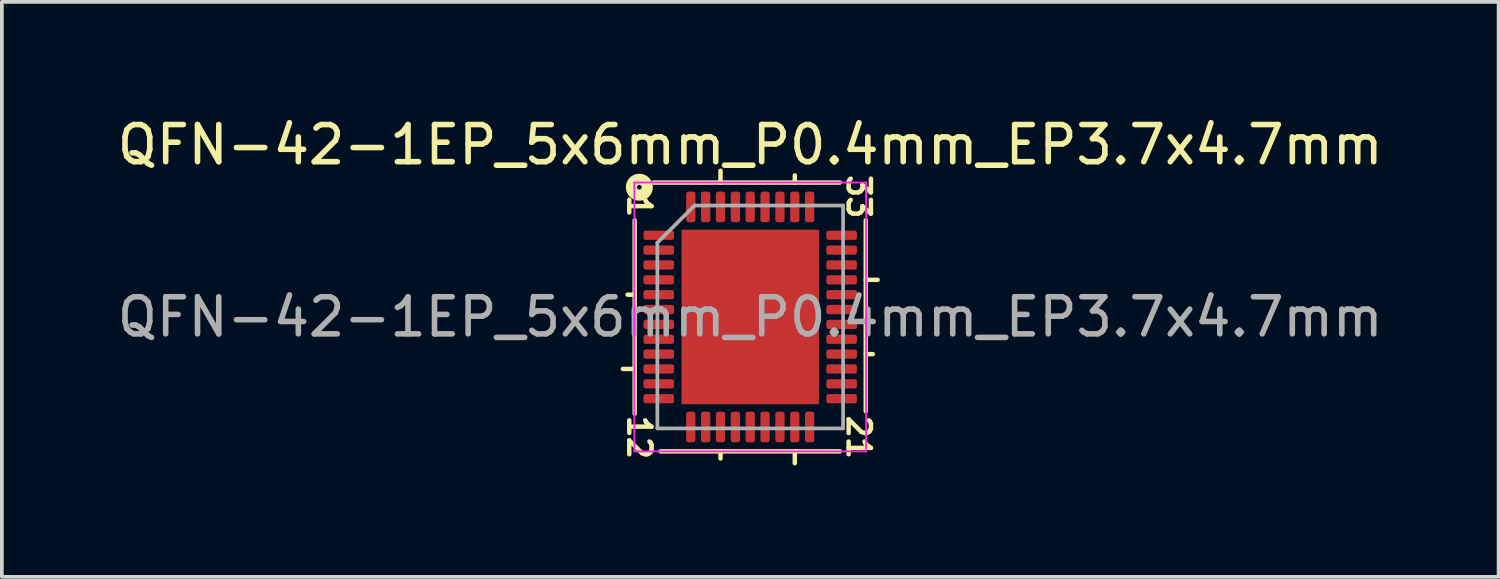
<source format=kicad_pcb>
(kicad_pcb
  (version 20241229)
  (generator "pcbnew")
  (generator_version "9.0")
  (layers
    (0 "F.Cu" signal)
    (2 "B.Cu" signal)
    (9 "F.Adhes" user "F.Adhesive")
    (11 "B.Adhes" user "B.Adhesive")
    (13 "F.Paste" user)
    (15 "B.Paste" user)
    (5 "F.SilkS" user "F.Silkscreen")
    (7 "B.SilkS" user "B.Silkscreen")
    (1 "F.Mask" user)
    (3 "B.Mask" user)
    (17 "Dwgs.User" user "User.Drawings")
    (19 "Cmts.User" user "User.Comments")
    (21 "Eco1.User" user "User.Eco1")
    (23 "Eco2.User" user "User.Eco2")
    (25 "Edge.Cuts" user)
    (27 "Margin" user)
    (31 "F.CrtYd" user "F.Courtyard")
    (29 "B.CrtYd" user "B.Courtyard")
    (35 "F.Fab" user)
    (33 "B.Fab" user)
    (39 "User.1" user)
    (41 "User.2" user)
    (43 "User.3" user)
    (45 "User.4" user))
  (footprint "QFN-42-1EP_5x6mm_P0.4mm_EP3.7x4.7mm"
    (layer "F.Cu")
    (at 17.149 5.484)
    (property "Reference" "QFN-42-1EP_5x6mm_P0.4mm_EP3.7x4.7mm" (at 0 -4.636 0) (layer "F.SilkS") (effects (font (size 1 1) (thickness 0.15))))
    (attr smd)
    (fp_line (start -3.111 -2.603) (end -3.111 2.603) (stroke (width 0.12) (type solid)) (layer "F.SilkS"))
    (fp_line (start -3.111 -0.6) (end -3.302 -0.6) (stroke (width 0.12) (type solid)) (layer "F.SilkS"))
    (fp_line (start -3.111 1.4) (end -3.429 1.4) (stroke (width 0.12) (type solid)) (layer "F.SilkS"))
    (fp_line (start -2.413 3.619) (end 2.413 3.619) (stroke (width 0.12) (type solid)) (layer "F.SilkS"))
    (fp_line (start -0.8 -3.937) (end -0.8 -3.619) (stroke (width 0.12) (type solid)) (layer "F.SilkS"))
    (fp_line (start -0.8 3.619) (end -0.8 3.81) (stroke (width 0.12) (type solid)) (layer "F.SilkS"))
    (fp_line (start 1.2 -3.81) (end 1.2 -3.619) (stroke (width 0.12) (type solid)) (layer "F.SilkS"))
    (fp_line (start 1.2 3.619) (end 1.2 3.937) (stroke (width 0.12) (type solid)) (layer "F.SilkS"))
    (fp_line (start 2.413 -3.619) (end -2.603 -3.619) (stroke (width 0.12) (type solid)) (layer "F.SilkS"))
    (fp_line (start 3.111 -1) (end 3.429 -1) (stroke (width 0.12) (type solid)) (layer "F.SilkS"))
    (fp_line (start 3.111 1) (end 3.302 1) (stroke (width 0.12) (type solid)) (layer "F.SilkS"))
    (fp_line (start 3.111 2.54) (end 3.111 -2.603) (stroke (width 0.12) (type solid)) (layer "F.SilkS"))
    (fp_circle (center -2.985 -3.493) (end -2.921 -3.493) (stroke (width 0.3) (type solid)) (fill no) (layer "F.SilkS"))
    (fp_line (start -3.12 -3.62) (end -3.12 3.62) (stroke (width 0.05) (type solid)) (layer "F.CrtYd"))
    (fp_line (start -3.12 3.62) (end 3.12 3.62) (stroke (width 0.05) (type solid)) (layer "F.CrtYd"))
    (fp_line (start 3.12 -3.62) (end -3.12 -3.62) (stroke (width 0.05) (type solid)) (layer "F.CrtYd"))
    (fp_line (start 3.12 3.62) (end 3.12 -3.62) (stroke (width 0.05) (type solid)) (layer "F.CrtYd"))
    (fp_line (start -2.5 -2) (end -1.5 -3) (stroke (width 0.1) (type solid)) (layer "F.Fab"))
    (fp_line (start -2.5 3) (end -2.5 -2) (stroke (width 0.1) (type solid)) (layer "F.Fab"))
    (fp_line (start -1.5 -3) (end 2.5 -3) (stroke (width 0.1) (type solid)) (layer "F.Fab"))
    (fp_line (start 2.5 -3) (end 2.5 3) (stroke (width 0.1) (type solid)) (layer "F.Fab"))
    (fp_line (start 2.5 3) (end -2.5 3) (stroke (width 0.1) (type solid)) (layer "F.Fab"))
    (fp_text user "12" (at -2.985 3.239 270) (unlocked yes) (layer "F.SilkS") (effects (font (size 0.6 0.6) (thickness 0.12))))
    (fp_text user "1" (at -2.985 -2.985 270) (unlocked yes) (layer "F.SilkS") (effects (font (size 0.6 0.6) (thickness 0.12))))
    (fp_text user "21" (at 2.921 3.239 270) (unlocked yes) (layer "F.SilkS") (effects (font (size 0.6 0.6) (thickness 0.12))))
    (fp_text user "33" (at 2.921 -3.239 270) (unlocked yes) (layer "F.SilkS") (effects (font (size 0.6 0.6) (thickness 0.12))))
    (fp_text user "${REFERENCE}" (at 0 0 0) (layer "F.Fab") (effects (font (size 1 1) (thickness 0.15))))
    (pad "" smd roundrect (at -1.23 -1.77) (size 0.99 0.95) (layers "F.Paste") (roundrect_rratio 0.25))
    (pad "" smd roundrect (at -1.23 -0.59) (size 0.99 0.95) (layers "F.Paste") (roundrect_rratio 0.25))
    (pad "" smd roundrect (at -1.23 0.59) (size 0.99 0.95) (layers "F.Paste") (roundrect_rratio 0.25))
    (pad "" smd roundrect (at -1.23 1.77) (size 0.99 0.95) (layers "F.Paste") (roundrect_rratio 0.25))
    (pad "" smd roundrect (at 0 -1.77) (size 0.99 0.95) (layers "F.Paste") (roundrect_rratio 0.25))
    (pad "" smd roundrect (at 0 -0.59) (size 0.99 0.95) (layers "F.Paste") (roundrect_rratio 0.25))
    (pad "" smd roundrect (at 0 0.59) (size 0.99 0.95) (layers "F.Paste") (roundrect_rratio 0.25))
    (pad "" smd roundrect (at 0 1.77) (size 0.99 0.95) (layers "F.Paste") (roundrect_rratio 0.25))
    (pad "" smd roundrect (at 1.23 -1.77) (size 0.99 0.95) (layers "F.Paste") (roundrect_rratio 0.25))
    (pad "" smd roundrect (at 1.23 -0.59) (size 0.99 0.95) (layers "F.Paste") (roundrect_rratio 0.25))
    (pad "" smd roundrect (at 1.23 0.59) (size 0.99 0.95) (layers "F.Paste") (roundrect_rratio 0.25))
    (pad "" smd roundrect (at 1.23 1.77) (size 0.99 0.95) (layers "F.Paste") (roundrect_rratio 0.25))
    (pad "1" smd roundrect (at -2.462 -2.2) (size 0.825 0.25) (layers "F.Cu" "F.Mask" "F.Paste") (roundrect_rratio 0.25))
    (pad "2" smd roundrect (at -2.462 -1.8) (size 0.825 0.25) (layers "F.Cu" "F.Mask" "F.Paste") (roundrect_rratio 0.25))
    (pad "3" smd roundrect (at -2.462 -1.4) (size 0.825 0.25) (layers "F.Cu" "F.Mask" "F.Paste") (roundrect_rratio 0.25))
    (pad "4" smd roundrect (at -2.462 -1) (size 0.825 0.25) (layers "F.Cu" "F.Mask" "F.Paste") (roundrect_rratio 0.25))
    (pad "5" smd roundrect (at -2.462 -0.6) (size 0.825 0.25) (layers "F.Cu" "F.Mask" "F.Paste") (roundrect_rratio 0.25))
    (pad "6" smd roundrect (at -2.462 -0.2) (size 0.825 0.25) (layers "F.Cu" "F.Mask" "F.Paste") (roundrect_rratio 0.25))
    (pad "7" smd roundrect (at -2.462 0.2) (size 0.825 0.25) (layers "F.Cu" "F.Mask" "F.Paste") (roundrect_rratio 0.25))
    (pad "8" smd roundrect (at -2.462 0.6) (size 0.825 0.25) (layers "F.Cu" "F.Mask" "F.Paste") (roundrect_rratio 0.25))
    (pad "9" smd roundrect (at -2.462 1) (size 0.825 0.25) (layers "F.Cu" "F.Mask" "F.Paste") (roundrect_rratio 0.25))
    (pad "10" smd roundrect (at -2.462 1.4) (size 0.825 0.25) (layers "F.Cu" "F.Mask" "F.Paste") (roundrect_rratio 0.25))
    (pad "11" smd roundrect (at -2.462 1.8) (size 0.825 0.25) (layers "F.Cu" "F.Mask" "F.Paste") (roundrect_rratio 0.25))
    (pad "12" smd roundrect (at -2.462 2.2) (size 0.825 0.25) (layers "F.Cu" "F.Mask" "F.Paste") (roundrect_rratio 0.25))
    (pad "13" smd roundrect (at -1.6 2.962) (size 0.25 0.825) (layers "F.Cu" "F.Mask" "F.Paste") (roundrect_rratio 0.25))
    (pad "14" smd roundrect (at -1.2 2.962) (size 0.25 0.825) (layers "F.Cu" "F.Mask" "F.Paste") (roundrect_rratio 0.25))
    (pad "15" smd roundrect (at -0.8 2.962) (size 0.25 0.825) (layers "F.Cu" "F.Mask" "F.Paste") (roundrect_rratio 0.25))
    (pad "16" smd roundrect (at -0.4 2.962) (size 0.25 0.825) (layers "F.Cu" "F.Mask" "F.Paste") (roundrect_rratio 0.25))
    (pad "17" smd roundrect (at 0 2.962) (size 0.25 0.825) (layers "F.Cu" "F.Mask" "F.Paste") (roundrect_rratio 0.25))
    (pad "18" smd roundrect (at 0.4 2.962) (size 0.25 0.825) (layers "F.Cu" "F.Mask" "F.Paste") (roundrect_rratio 0.25))
    (pad "19" smd roundrect (at 0.8 2.962) (size 0.25 0.825) (layers "F.Cu" "F.Mask" "F.Paste") (roundrect_rratio 0.25))
    (pad "20" smd roundrect (at 1.2 2.962) (size 0.25 0.825) (layers "F.Cu" "F.Mask" "F.Paste") (roundrect_rratio 0.25))
    (pad "21" smd roundrect (at 1.6 2.962) (size 0.25 0.825) (layers "F.Cu" "F.Mask" "F.Paste") (roundrect_rratio 0.25))
    (pad "22" smd roundrect (at 2.462 2.2) (size 0.825 0.25) (layers "F.Cu" "F.Mask" "F.Paste") (roundrect_rratio 0.25))
    (pad "23" smd roundrect (at 2.462 1.8) (size 0.825 0.25) (layers "F.Cu" "F.Mask" "F.Paste") (roundrect_rratio 0.25))
    (pad "24" smd roundrect (at 2.462 1.4) (size 0.825 0.25) (layers "F.Cu" "F.Mask" "F.Paste") (roundrect_rratio 0.25))
    (pad "25" smd roundrect (at 2.462 1) (size 0.825 0.25) (layers "F.Cu" "F.Mask" "F.Paste") (roundrect_rratio 0.25))
    (pad "26" smd roundrect (at 2.462 0.6) (size 0.825 0.25) (layers "F.Cu" "F.Mask" "F.Paste") (roundrect_rratio 0.25))
    (pad "27" smd roundrect (at 2.462 0.2) (size 0.825 0.25) (layers "F.Cu" "F.Mask" "F.Paste") (roundrect_rratio 0.25))
    (pad "28" smd roundrect (at 2.462 -0.2) (size 0.825 0.25) (layers "F.Cu" "F.Mask" "F.Paste") (roundrect_rratio 0.25))
    (pad "29" smd roundrect (at 2.462 -0.6) (size 0.825 0.25) (layers "F.Cu" "F.Mask" "F.Paste") (roundrect_rratio 0.25))
    (pad "30" smd roundrect (at 2.462 -1) (size 0.825 0.25) (layers "F.Cu" "F.Mask" "F.Paste") (roundrect_rratio 0.25))
    (pad "31" smd roundrect (at 2.462 -1.4) (size 0.825 0.25) (layers "F.Cu" "F.Mask" "F.Paste") (roundrect_rratio 0.25))
    (pad "32" smd roundrect (at 2.462 -1.8) (size 0.825 0.25) (layers "F.Cu" "F.Mask" "F.Paste") (roundrect_rratio 0.25))
    (pad "33" smd roundrect (at 2.462 -2.2) (size 0.825 0.25) (layers "F.Cu" "F.Mask" "F.Paste") (roundrect_rratio 0.25))
    (pad "34" smd roundrect (at 1.6 -2.962) (size 0.25 0.825) (layers "F.Cu" "F.Mask" "F.Paste") (roundrect_rratio 0.25))
    (pad "35" smd roundrect (at 1.2 -2.962) (size 0.25 0.825) (layers "F.Cu" "F.Mask" "F.Paste") (roundrect_rratio 0.25))
    (pad "36" smd roundrect (at 0.8 -2.962) (size 0.25 0.825) (layers "F.Cu" "F.Mask" "F.Paste") (roundrect_rratio 0.25))
    (pad "37" smd roundrect (at 0.4 -2.962) (size 0.25 0.825) (layers "F.Cu" "F.Mask" "F.Paste") (roundrect_rratio 0.25))
    (pad "38" smd roundrect (at 0 -2.962) (size 0.25 0.825) (layers "F.Cu" "F.Mask" "F.Paste") (roundrect_rratio 0.25))
    (pad "39" smd roundrect (at -0.4 -2.962) (size 0.25 0.825) (layers "F.Cu" "F.Mask" "F.Paste") (roundrect_rratio 0.25))
    (pad "40" smd roundrect (at -0.8 -2.962) (size 0.25 0.825) (layers "F.Cu" "F.Mask" "F.Paste") (roundrect_rratio 0.25))
    (pad "41" smd roundrect (at -1.2 -2.962) (size 0.25 0.825) (layers "F.Cu" "F.Mask" "F.Paste") (roundrect_rratio 0.25))
    (pad "42" smd roundrect (at -1.6 -2.962) (size 0.25 0.825) (layers "F.Cu" "F.Mask" "F.Paste") (roundrect_rratio 0.25))
    (pad "43" smd rect (at 0 0) (size 3.7 4.7) (layers "F.Cu" "F.Mask")))
  (gr_rect
    (start -3 -3)
    (end 37.298 12.481)
    (stroke (width 0.1) (type default))
    (fill no)
    (layer "Edge.Cuts")))
</source>
